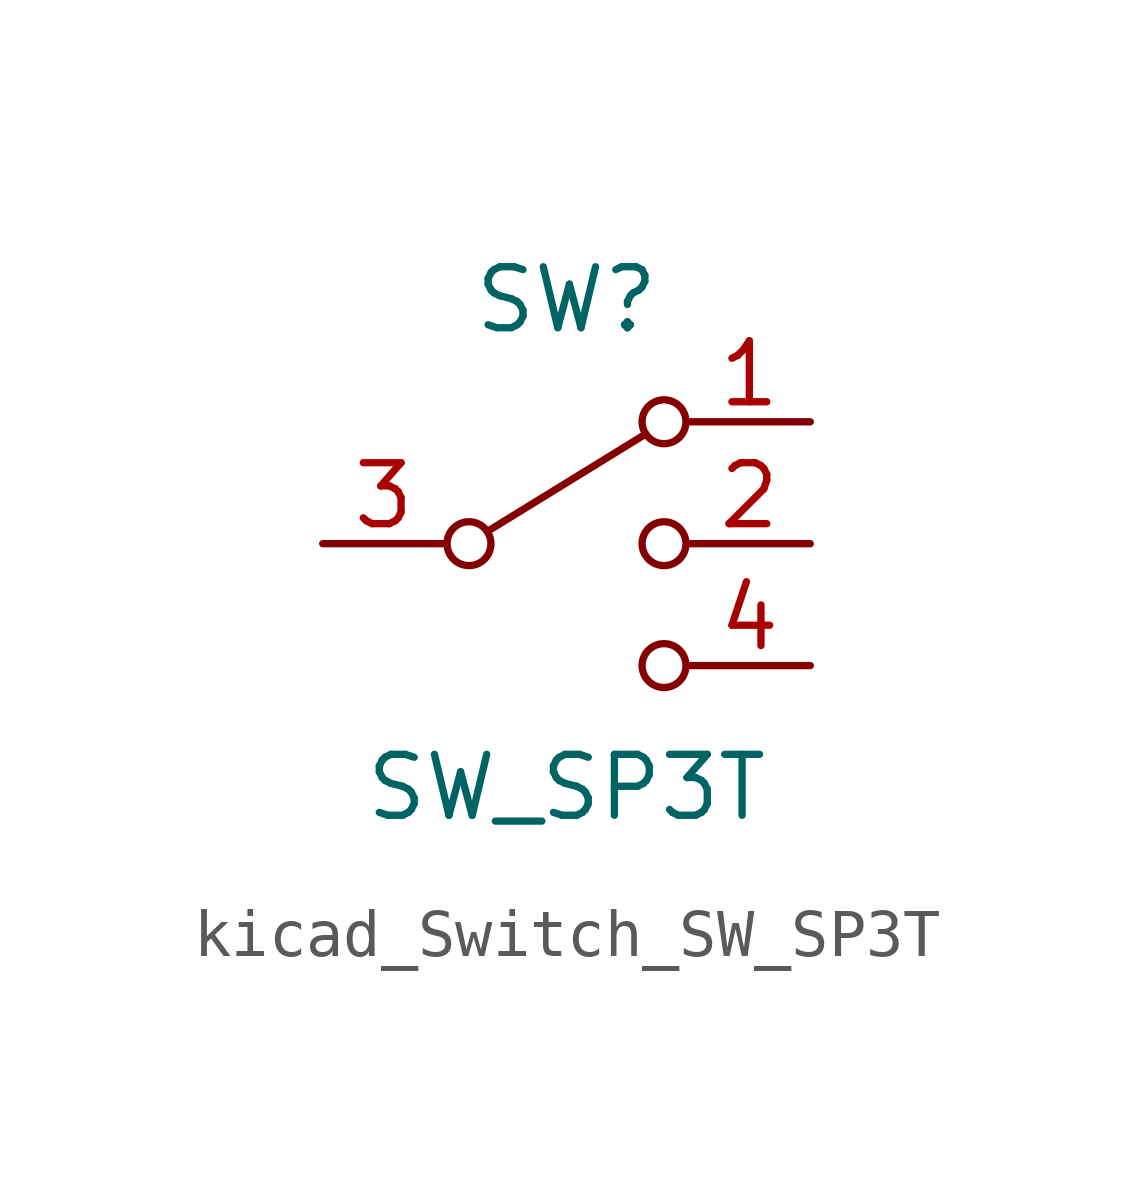
<source format=kicad_sym>
(kicad_symbol_lib
  (version 20220914)
  (generator kicad_symbol_editor)
  (symbol "kicad_Switch_SW_SP3T"
    (pin_names
      (offset 0) hide)
    (property "Reference" "SW"
      (at 0 5.08 0)
      (effects (font (size 1.27 1.27))))
    (property "Value" "SW_SP3T"
      (at 0 -5.08 0)
      (effects (font (size 1.27 1.27))))
    (symbol "kicad_Switch_SW_SP3T_0_1"
      (circle (center -2.032 0) (radius 0.457) (stroke (width 0) (type default)) (fill (type none)))
      (polyline (pts (xy -1.651 0.254) (xy 1.651 2.286)) (stroke (width 0) (type default)) (fill (type none)))
      (circle (center 2.032 -2.54) (radius 0.457) (stroke (width 0) (type default)) (fill (type none)))
      (circle (center 2.032 0) (radius 0.457) (stroke (width 0) (type default)) (fill (type none)))
      (circle (center 2.032 2.54) (radius 0.457) (stroke (width 0) (type default)) (fill (type none))))
    (symbol "kicad_Switch_SW_SP3T_1_1"
      (pin passive line (at 5.08 2.54 180) (length 2.54) (name "1" (effects (font (size 1.27 1.27)))) (number "1" (effects (font (size 1.27 1.27)))))
      (pin passive line (at 5.08 0 180) (length 2.54) (name "2" (effects (font (size 1.27 1.27)))) (number "2" (effects (font (size 1.27 1.27)))))
      (pin passive line (at -5.08 0 0) (length 2.54) (name "3" (effects (font (size 1.27 1.27)))) (number "3" (effects (font (size 1.27 1.27)))))
      (pin passive line (at 5.08 -2.54 180) (length 2.54) (name "4" (effects (font (size 1.27 1.27)))) (number "4" (effects (font (size 1.27 1.27))))))))
</source>
